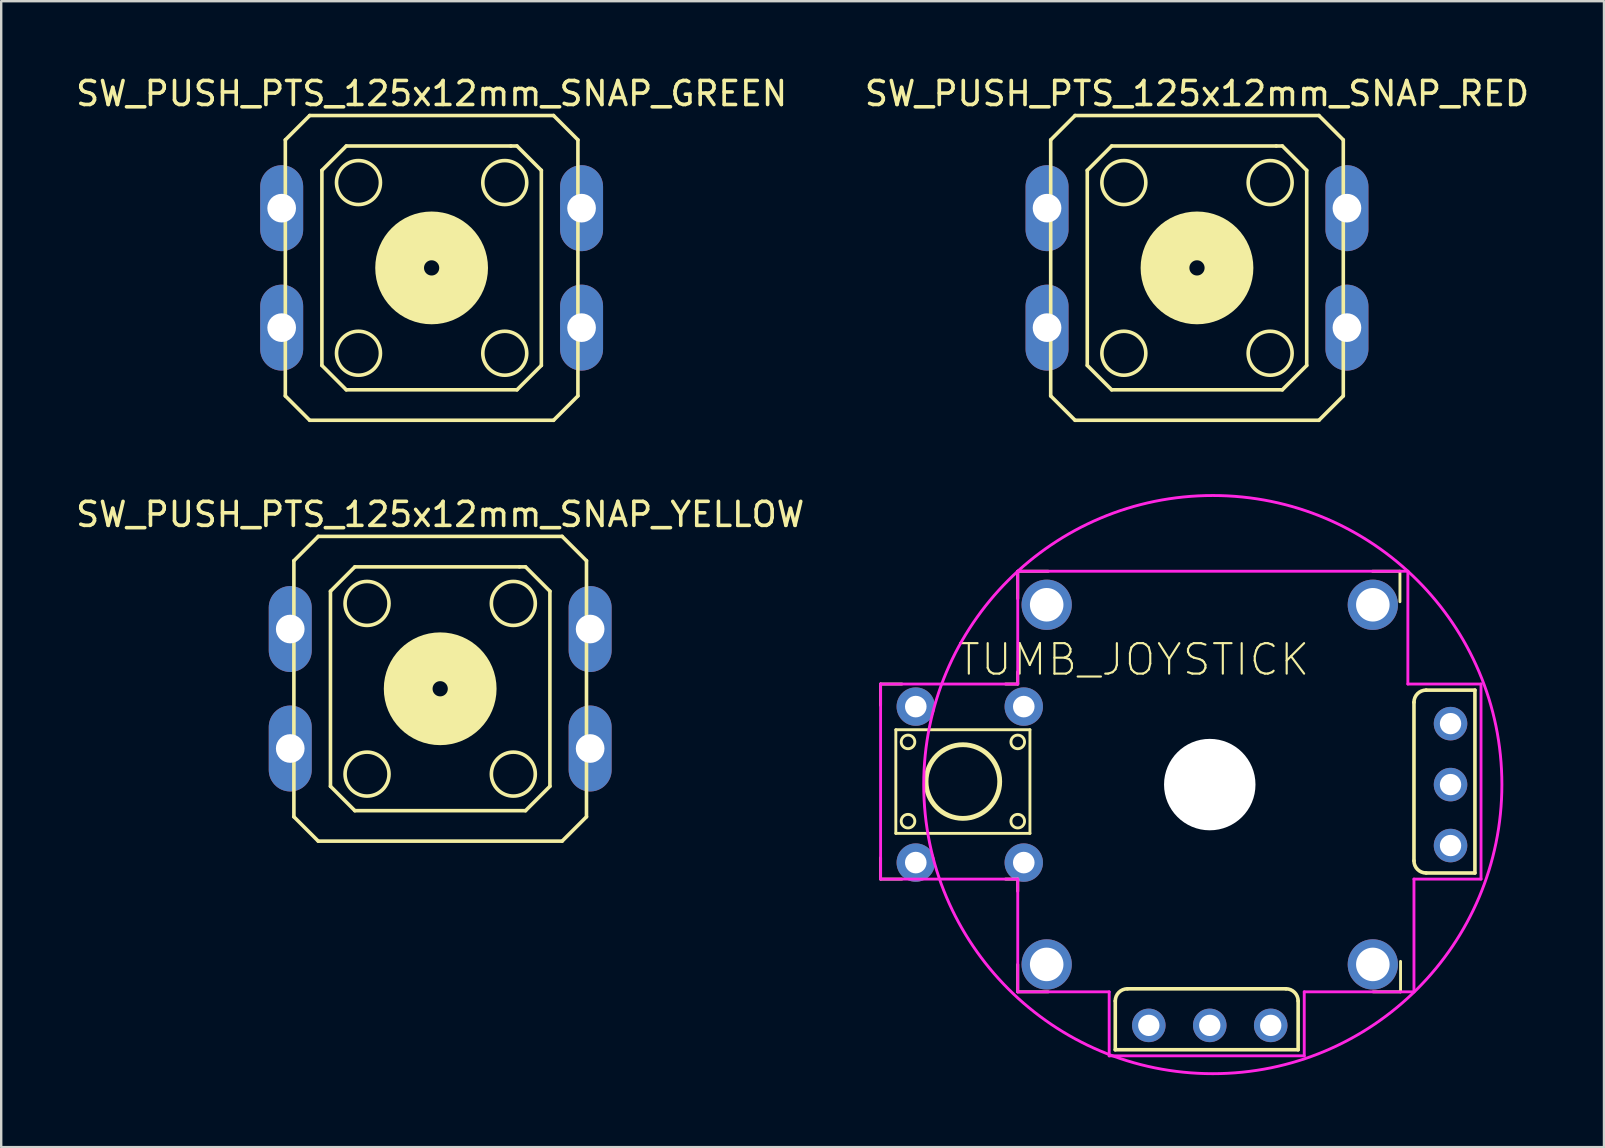
<source format=kicad_pcb>
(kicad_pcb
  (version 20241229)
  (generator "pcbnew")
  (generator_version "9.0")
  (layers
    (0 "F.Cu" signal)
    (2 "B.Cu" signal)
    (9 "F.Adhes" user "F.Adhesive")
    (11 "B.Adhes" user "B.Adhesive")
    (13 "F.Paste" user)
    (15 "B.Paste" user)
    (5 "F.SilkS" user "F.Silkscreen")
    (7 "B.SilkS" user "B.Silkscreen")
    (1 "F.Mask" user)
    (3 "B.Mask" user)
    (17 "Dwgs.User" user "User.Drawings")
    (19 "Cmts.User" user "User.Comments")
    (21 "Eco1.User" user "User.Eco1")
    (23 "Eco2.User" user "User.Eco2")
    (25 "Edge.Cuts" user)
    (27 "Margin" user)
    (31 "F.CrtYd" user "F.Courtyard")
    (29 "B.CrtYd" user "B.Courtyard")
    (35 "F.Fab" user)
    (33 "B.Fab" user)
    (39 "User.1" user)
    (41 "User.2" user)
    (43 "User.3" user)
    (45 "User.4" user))
  (footprint "TUMB_JOYSTICK"
    (layer "F.Cu")
    (at 47.359 29.643)
    (property "Reference" "TUMB_JOYSTICK" (at -3.175 -5.207 180) (layer "F.SilkS") (effects (font (size 1.27 1.27) (thickness 0.089))))
    (attr through_hole)
    (fp_line (start -13.716 -4.191) (end -12.827 -4.191) (stroke (width 0.12) (type solid)) (layer "F.SilkS"))
    (fp_line (start -13.716 -3.302) (end -13.716 -4.191) (stroke (width 0.12) (type solid)) (layer "F.SilkS"))
    (fp_line (start -13.716 3.937) (end -13.716 3.048) (stroke (width 0.12) (type solid)) (layer "F.SilkS"))
    (fp_line (start -13.081 -2.286) (end -13.081 2.032) (stroke (width 0.12) (type solid)) (layer "F.SilkS"))
    (fp_line (start -13.081 2.032) (end -7.493 2.032) (stroke (width 0.12) (type solid)) (layer "F.SilkS"))
    (fp_line (start -12.827 3.937) (end -13.716 3.937) (stroke (width 0.12) (type solid)) (layer "F.SilkS"))
    (fp_line (start -8.509 -4.191) (end -8.001 -4.191) (stroke (width 0.12) (type solid)) (layer "F.SilkS"))
    (fp_line (start -8.509 3.937) (end -8.001 3.937) (stroke (width 0.12) (type solid)) (layer "F.SilkS"))
    (fp_line (start -8.001 -8.89) (end -8.001 -7.747) (stroke (width 0.12) (type solid)) (layer "F.SilkS"))
    (fp_line (start -8.001 -8.89) (end -6.731 -8.89) (stroke (width 0.12) (type solid)) (layer "F.SilkS"))
    (fp_line (start -8.001 -4.191) (end -8.001 -4.699) (stroke (width 0.12) (type solid)) (layer "F.SilkS"))
    (fp_line (start -8.001 3.937) (end -8.001 4.445) (stroke (width 0.12) (type solid)) (layer "F.SilkS"))
    (fp_line (start -8.001 8.636) (end -8.001 7.493) (stroke (width 0.12) (type solid)) (layer "F.SilkS"))
    (fp_line (start -7.493 -2.286) (end -13.081 -2.286) (stroke (width 0.12) (type solid)) (layer "F.SilkS"))
    (fp_line (start -7.493 2.032) (end -7.493 -2.286) (stroke (width 0.12) (type solid)) (layer "F.SilkS"))
    (fp_line (start -6.731 8.636) (end -8.001 8.636) (stroke (width 0.12) (type solid)) (layer "F.SilkS"))
    (fp_line (start -3.937 11.049) (end -3.937 9.017) (stroke (width 0.15) (type solid)) (layer "F.SilkS"))
    (fp_line (start -3.937 11.049) (end 3.683 11.049) (stroke (width 0.15) (type solid)) (layer "F.SilkS"))
    (fp_line (start 3.175 8.509) (end -3.429 8.509) (stroke (width 0.15) (type solid)) (layer "F.SilkS"))
    (fp_line (start 3.683 11.049) (end 3.683 9.017) (stroke (width 0.15) (type solid)) (layer "F.SilkS"))
    (fp_line (start 6.782 -8.89) (end 7.925 -8.89) (stroke (width 0.12) (type solid)) (layer "F.SilkS"))
    (fp_line (start 6.807 8.636) (end 7.95 8.636) (stroke (width 0.12) (type solid)) (layer "F.SilkS"))
    (fp_line (start 7.925 -8.89) (end 7.925 -7.62) (stroke (width 0.12) (type solid)) (layer "F.SilkS"))
    (fp_line (start 7.95 8.636) (end 7.95 7.366) (stroke (width 0.12) (type solid)) (layer "F.SilkS"))
    (fp_line (start 8.509 -3.429) (end 8.509 3.175) (stroke (width 0.15) (type solid)) (layer "F.SilkS"))
    (fp_line (start 11.049 -3.937) (end 9.017 -3.937) (stroke (width 0.15) (type solid)) (layer "F.SilkS"))
    (fp_line (start 11.049 3.683) (end 9.017 3.683) (stroke (width 0.15) (type solid)) (layer "F.SilkS"))
    (fp_line (start 11.049 3.683) (end 11.049 -3.937) (stroke (width 0.15) (type solid)) (layer "F.SilkS"))
    (fp_arc (start -3.937 9.017) (mid -3.78821 8.65779) (end -3.429 8.509) (stroke (width 0.15) (type solid)) (layer "F.SilkS"))
    (fp_arc (start 3.175 8.509) (mid 3.53421 8.65779) (end 3.683 9.017) (stroke (width 0.15) (type solid)) (layer "F.SilkS"))
    (fp_arc (start 8.509 -3.429) (mid 8.65779 -3.78821) (end 9.017 -3.937) (stroke (width 0.15) (type solid)) (layer "F.SilkS"))
    (fp_arc (start 9.017 3.683) (mid 8.65779 3.53421) (end 8.509 3.175) (stroke (width 0.15) (type solid)) (layer "F.SilkS"))
    (fp_circle (center -12.573 -1.778) (end -12.319 -1.651) (stroke (width 0.12) (type solid)) (fill no) (layer "F.SilkS"))
    (fp_circle (center -12.573 1.524) (end -12.319 1.651) (stroke (width 0.12) (type solid)) (fill no) (layer "F.SilkS"))
    (fp_circle (center -10.287 -0.127) (end -8.752 -0.127) (stroke (width 0.2) (type solid)) (fill no) (layer "F.SilkS"))
    (fp_circle (center -8.001 -1.778) (end -7.747 -1.651) (stroke (width 0.12) (type solid)) (fill no) (layer "F.SilkS"))
    (fp_circle (center -8.001 1.524) (end -7.747 1.651) (stroke (width 0.12) (type solid)) (fill no) (layer "F.SilkS"))
    (fp_line (start -13.716 -4.191) (end -8.001 -4.191) (stroke (width 0.12) (type solid)) (layer "F.CrtYd"))
    (fp_line (start -13.716 3.937) (end -13.716 -4.191) (stroke (width 0.12) (type solid)) (layer "F.CrtYd"))
    (fp_line (start -8.001 -8.89) (end 8.255 -8.89) (stroke (width 0.12) (type solid)) (layer "F.CrtYd"))
    (fp_line (start -8.001 -4.191) (end -8.001 -8.89) (stroke (width 0.12) (type solid)) (layer "F.CrtYd"))
    (fp_line (start -8.001 3.937) (end -13.716 3.937) (stroke (width 0.12) (type solid)) (layer "F.CrtYd"))
    (fp_line (start -8.001 8.636) (end -8.001 3.937) (stroke (width 0.12) (type solid)) (layer "F.CrtYd"))
    (fp_line (start -4.191 8.636) (end -8.001 8.636) (stroke (width 0.12) (type solid)) (layer "F.CrtYd"))
    (fp_line (start -4.191 11.303) (end -4.191 8.636) (stroke (width 0.12) (type solid)) (layer "F.CrtYd"))
    (fp_line (start 3.937 8.636) (end 3.937 11.303) (stroke (width 0.12) (type solid)) (layer "F.CrtYd"))
    (fp_line (start 3.937 11.303) (end -4.191 11.303) (stroke (width 0.12) (type solid)) (layer "F.CrtYd"))
    (fp_line (start 8.255 -8.89) (end 8.255 -4.191) (stroke (width 0.12) (type solid)) (layer "F.CrtYd"))
    (fp_line (start 8.255 -4.191) (end 11.303 -4.191) (stroke (width 0.12) (type solid)) (layer "F.CrtYd"))
    (fp_line (start 8.509 3.937) (end 8.509 8.636) (stroke (width 0.12) (type solid)) (layer "F.CrtYd"))
    (fp_line (start 8.509 8.636) (end 3.937 8.636) (stroke (width 0.12) (type solid)) (layer "F.CrtYd"))
    (fp_line (start 11.303 -4.191) (end 11.303 3.937) (stroke (width 0.12) (type solid)) (layer "F.CrtYd"))
    (fp_line (start 11.303 3.937) (end 8.509 3.937) (stroke (width 0.12) (type solid)) (layer "F.CrtYd"))
    (fp_circle (center 0.127 0) (end -8.001 -8.89) (stroke (width 0.12) (type solid)) (fill no) (layer "F.CrtYd"))
    (pad "" np_thru_hole circle (at 0 0 90) (size 3.81 3.81) (drill 3.81) (layers "*.Cu" "*.Mask"))
    (pad "1" thru_hole circle (at -2.54 10.033 90) (size 1.397 1.397) (drill 0.889) (layers "*.Cu" "*.Mask"))
    (pad "2" thru_hole circle (at 0 10.033 90) (size 1.397 1.397) (drill 0.889) (layers "*.Cu" "*.Mask"))
    (pad "3" thru_hole circle (at 2.54 10.033 90) (size 1.397 1.397) (drill 0.889) (layers "*.Cu" "*.Mask"))
    (pad "4" thru_hole circle (at 10.033 2.54 90) (size 1.397 1.397) (drill 0.889) (layers "*.Cu" "*.Mask"))
    (pad "5" thru_hole circle (at 10.033 0 90) (size 1.397 1.397) (drill 0.889) (layers "*.Cu" "*.Mask"))
    (pad "6" thru_hole circle (at 10.033 -2.54 90) (size 1.397 1.397) (drill 0.889) (layers "*.Cu" "*.Mask"))
    (pad "7" thru_hole circle (at -12.25 3.25 90) (size 1.6 1.6) (drill 0.899) (layers "*.Cu" "*.Mask"))
    (pad "7" thru_hole circle (at -7.75 3.25 90) (size 1.6 1.6) (drill 0.899) (layers "*.Cu" "*.Mask"))
    (pad "8" thru_hole circle (at -12.25 -3.25 90) (size 1.6 1.6) (drill 0.899) (layers "*.Cu" "*.Mask"))
    (pad "8" thru_hole circle (at -7.75 -3.25 90) (size 1.6 1.6) (drill 0.899) (layers "*.Cu" "*.Mask"))
    (pad "9" thru_hole circle (at -6.795 -7.493 90) (size 2.095 2.095) (drill 1.397) (layers "*.Cu" "*.Mask"))
    (pad "9" thru_hole circle (at -6.795 7.493 90) (size 2.095 2.095) (drill 1.397) (layers "*.Cu" "*.Mask"))
    (pad "9" thru_hole circle (at 6.795 -7.493 90) (size 2.095 2.095) (drill 1.397) (layers "*.Cu" "*.Mask"))
    (pad "9" thru_hole circle (at 6.795 7.493 90) (size 2.095 2.095) (drill 1.397) (layers "*.Cu" "*.Mask")))
  (footprint "SW_PUSH_PTS_125x12mm_SNAP_RED"
    (layer "F.Cu")
    (at 46.827 8.113)
    (property "Reference" "SW_PUSH_PTS_125x12mm_SNAP_RED" (at 0 -7.264 0) (layer "F.SilkS") (effects (font (size 1 1) (thickness 0.15))))
    (attr through_hole)
    (fp_line (start -6.096 -5.334) (end -6.096 5.334) (stroke (width 0.15) (type solid)) (layer "F.SilkS"))
    (fp_line (start -6.096 -5.334) (end -5.08 -6.35) (stroke (width 0.15) (type solid)) (layer "F.SilkS"))
    (fp_line (start -5.08 -6.35) (end 5.08 -6.35) (stroke (width 0.15) (type solid)) (layer "F.SilkS"))
    (fp_line (start -5.08 6.35) (end -6.096 5.334) (stroke (width 0.15) (type solid)) (layer "F.SilkS"))
    (fp_line (start -5.08 6.35) (end 5.08 6.35) (stroke (width 0.15) (type solid)) (layer "F.SilkS"))
    (fp_line (start -4.572 -4.064) (end -4.572 4.064) (stroke (width 0.15) (type solid)) (layer "F.SilkS"))
    (fp_line (start -4.572 -4.064) (end -3.556 -5.08) (stroke (width 0.15) (type solid)) (layer "F.SilkS"))
    (fp_line (start -4.572 4.064) (end -3.556 5.08) (stroke (width 0.15) (type solid)) (layer "F.SilkS"))
    (fp_line (start -3.556 -5.08) (end 3.302 -5.08) (stroke (width 0.15) (type solid)) (layer "F.SilkS"))
    (fp_line (start 3.302 -5.08) (end 3.556 -5.08) (stroke (width 0.15) (type solid)) (layer "F.SilkS"))
    (fp_line (start 3.556 -5.08) (end 4.572 -4.064) (stroke (width 0.15) (type solid)) (layer "F.SilkS"))
    (fp_line (start 3.556 5.08) (end -3.556 5.08) (stroke (width 0.15) (type solid)) (layer "F.SilkS"))
    (fp_line (start 4.572 4.064) (end 3.556 5.08) (stroke (width 0.15) (type solid)) (layer "F.SilkS"))
    (fp_line (start 4.572 4.064) (end 4.572 -4.064) (stroke (width 0.15) (type solid)) (layer "F.SilkS"))
    (fp_line (start 5.08 6.35) (end 6.096 5.334) (stroke (width 0.15) (type solid)) (layer "F.SilkS"))
    (fp_line (start 6.096 -5.334) (end 5.08 -6.35) (stroke (width 0.15) (type solid)) (layer "F.SilkS"))
    (fp_line (start 6.096 5.334) (end 6.096 -5.334) (stroke (width 0.15) (type solid)) (layer "F.SilkS"))
    (fp_circle (center -3.048 -3.556) (end -2.54 -2.794) (stroke (width 0.15) (type solid)) (fill no) (layer "F.SilkS"))
    (fp_circle (center -3.048 3.556) (end -2.286 3.048) (stroke (width 0.15) (type solid)) (fill no) (layer "F.SilkS"))
    (fp_circle (center 0 0) (end 1.333 0) (stroke (width 2.032) (type solid)) (fill no) (layer "F.SilkS"))
    (fp_circle (center 3.048 -3.556) (end 2.286 -3.048) (stroke (width 0.15) (type solid)) (fill no) (layer "F.SilkS"))
    (fp_circle (center 3.048 3.556) (end 2.286 3.048) (stroke (width 0.15) (type solid)) (fill no) (layer "F.SilkS"))
    (pad "1" thru_hole oval (at -6.248 -2.489) (size 1.791 3.581) (drill 1.194) (layers "*.Cu" "*.Mask"))
    (pad "2" thru_hole oval (at 6.248 -2.489) (size 1.791 3.581) (drill 1.194) (layers "*.Cu" "*.Mask"))
    (pad "3" thru_hole oval (at -6.248 2.489) (size 1.791 3.581) (drill 1.194) (layers "*.Cu" "*.Mask"))
    (pad "4" thru_hole oval (at 6.248 2.489) (size 1.791 3.581) (drill 1.194) (layers "*.Cu" "*.Mask")))
  (footprint "SW_PUSH_PTS_125x12mm_SNAP_YELLOW"
    (layer "F.Cu")
    (at 15.292 25.65)
    (property "Reference" "SW_PUSH_PTS_125x12mm_SNAP_YELLOW" (at 0 -7.264 0) (layer "F.SilkS") (effects (font (size 1 1) (thickness 0.15))))
    (attr through_hole)
    (fp_line (start -6.096 -5.334) (end -6.096 5.334) (stroke (width 0.15) (type solid)) (layer "F.SilkS"))
    (fp_line (start -6.096 -5.334) (end -5.08 -6.35) (stroke (width 0.15) (type solid)) (layer "F.SilkS"))
    (fp_line (start -5.08 -6.35) (end 5.08 -6.35) (stroke (width 0.15) (type solid)) (layer "F.SilkS"))
    (fp_line (start -5.08 6.35) (end -6.096 5.334) (stroke (width 0.15) (type solid)) (layer "F.SilkS"))
    (fp_line (start -5.08 6.35) (end 5.08 6.35) (stroke (width 0.15) (type solid)) (layer "F.SilkS"))
    (fp_line (start -4.572 -4.064) (end -4.572 4.064) (stroke (width 0.15) (type solid)) (layer "F.SilkS"))
    (fp_line (start -4.572 -4.064) (end -3.556 -5.08) (stroke (width 0.15) (type solid)) (layer "F.SilkS"))
    (fp_line (start -4.572 4.064) (end -3.556 5.08) (stroke (width 0.15) (type solid)) (layer "F.SilkS"))
    (fp_line (start -3.556 -5.08) (end 3.302 -5.08) (stroke (width 0.15) (type solid)) (layer "F.SilkS"))
    (fp_line (start 3.302 -5.08) (end 3.556 -5.08) (stroke (width 0.15) (type solid)) (layer "F.SilkS"))
    (fp_line (start 3.556 -5.08) (end 4.572 -4.064) (stroke (width 0.15) (type solid)) (layer "F.SilkS"))
    (fp_line (start 3.556 5.08) (end -3.556 5.08) (stroke (width 0.15) (type solid)) (layer "F.SilkS"))
    (fp_line (start 4.572 4.064) (end 3.556 5.08) (stroke (width 0.15) (type solid)) (layer "F.SilkS"))
    (fp_line (start 4.572 4.064) (end 4.572 -4.064) (stroke (width 0.15) (type solid)) (layer "F.SilkS"))
    (fp_line (start 5.08 6.35) (end 6.096 5.334) (stroke (width 0.15) (type solid)) (layer "F.SilkS"))
    (fp_line (start 6.096 -5.334) (end 5.08 -6.35) (stroke (width 0.15) (type solid)) (layer "F.SilkS"))
    (fp_line (start 6.096 5.334) (end 6.096 -5.334) (stroke (width 0.15) (type solid)) (layer "F.SilkS"))
    (fp_circle (center -3.048 -3.556) (end -2.54 -2.794) (stroke (width 0.15) (type solid)) (fill no) (layer "F.SilkS"))
    (fp_circle (center -3.048 3.556) (end -2.286 3.048) (stroke (width 0.15) (type solid)) (fill no) (layer "F.SilkS"))
    (fp_circle (center 0 0) (end 1.333 0) (stroke (width 2.032) (type solid)) (fill no) (layer "F.SilkS"))
    (fp_circle (center 3.048 -3.556) (end 2.286 -3.048) (stroke (width 0.15) (type solid)) (fill no) (layer "F.SilkS"))
    (fp_circle (center 3.048 3.556) (end 2.286 3.048) (stroke (width 0.15) (type solid)) (fill no) (layer "F.SilkS"))
    (pad "1" thru_hole oval (at -6.248 -2.489) (size 1.791 3.581) (drill 1.194) (layers "*.Cu" "*.Mask"))
    (pad "2" thru_hole oval (at 6.248 -2.489) (size 1.791 3.581) (drill 1.194) (layers "*.Cu" "*.Mask"))
    (pad "3" thru_hole oval (at -6.248 2.489) (size 1.791 3.581) (drill 1.194) (layers "*.Cu" "*.Mask"))
    (pad "4" thru_hole oval (at 6.248 2.489) (size 1.791 3.581) (drill 1.194) (layers "*.Cu" "*.Mask")))
  (footprint "SW_PUSH_PTS_125x12mm_SNAP_GREEN"
    (layer "F.Cu")
    (at 14.935 8.113)
    (property "Reference" "SW_PUSH_PTS_125x12mm_SNAP_GREEN" (at 0 -7.264 0) (layer "F.SilkS") (effects (font (size 1 1) (thickness 0.15))))
    (attr through_hole)
    (fp_line (start -6.096 -5.334) (end -6.096 5.334) (stroke (width 0.15) (type solid)) (layer "F.SilkS"))
    (fp_line (start -6.096 -5.334) (end -5.08 -6.35) (stroke (width 0.15) (type solid)) (layer "F.SilkS"))
    (fp_line (start -5.08 -6.35) (end 5.08 -6.35) (stroke (width 0.15) (type solid)) (layer "F.SilkS"))
    (fp_line (start -5.08 6.35) (end -6.096 5.334) (stroke (width 0.15) (type solid)) (layer "F.SilkS"))
    (fp_line (start -5.08 6.35) (end 5.08 6.35) (stroke (width 0.15) (type solid)) (layer "F.SilkS"))
    (fp_line (start -4.572 -4.064) (end -4.572 4.064) (stroke (width 0.15) (type solid)) (layer "F.SilkS"))
    (fp_line (start -4.572 -4.064) (end -3.556 -5.08) (stroke (width 0.15) (type solid)) (layer "F.SilkS"))
    (fp_line (start -4.572 4.064) (end -3.556 5.08) (stroke (width 0.15) (type solid)) (layer "F.SilkS"))
    (fp_line (start -3.556 -5.08) (end 3.302 -5.08) (stroke (width 0.15) (type solid)) (layer "F.SilkS"))
    (fp_line (start 3.302 -5.08) (end 3.556 -5.08) (stroke (width 0.15) (type solid)) (layer "F.SilkS"))
    (fp_line (start 3.556 -5.08) (end 4.572 -4.064) (stroke (width 0.15) (type solid)) (layer "F.SilkS"))
    (fp_line (start 3.556 5.08) (end -3.556 5.08) (stroke (width 0.15) (type solid)) (layer "F.SilkS"))
    (fp_line (start 4.572 4.064) (end 3.556 5.08) (stroke (width 0.15) (type solid)) (layer "F.SilkS"))
    (fp_line (start 4.572 4.064) (end 4.572 -4.064) (stroke (width 0.15) (type solid)) (layer "F.SilkS"))
    (fp_line (start 5.08 6.35) (end 6.096 5.334) (stroke (width 0.15) (type solid)) (layer "F.SilkS"))
    (fp_line (start 6.096 -5.334) (end 5.08 -6.35) (stroke (width 0.15) (type solid)) (layer "F.SilkS"))
    (fp_line (start 6.096 5.334) (end 6.096 -5.334) (stroke (width 0.15) (type solid)) (layer "F.SilkS"))
    (fp_circle (center -3.048 -3.556) (end -2.54 -2.794) (stroke (width 0.15) (type solid)) (fill no) (layer "F.SilkS"))
    (fp_circle (center -3.048 3.556) (end -2.286 3.048) (stroke (width 0.15) (type solid)) (fill no) (layer "F.SilkS"))
    (fp_circle (center 0 0) (end 1.333 0) (stroke (width 2.032) (type solid)) (fill no) (layer "F.SilkS"))
    (fp_circle (center 3.048 -3.556) (end 2.286 -3.048) (stroke (width 0.15) (type solid)) (fill no) (layer "F.SilkS"))
    (fp_circle (center 3.048 3.556) (end 2.286 3.048) (stroke (width 0.15) (type solid)) (fill no) (layer "F.SilkS"))
    (pad "1" thru_hole oval (at -6.248 -2.489) (size 1.791 3.581) (drill 1.194) (layers "*.Cu" "*.Mask"))
    (pad "2" thru_hole oval (at 6.248 -2.489) (size 1.791 3.581) (drill 1.194) (layers "*.Cu" "*.Mask"))
    (pad "3" thru_hole oval (at -6.248 2.489) (size 1.791 3.581) (drill 1.194) (layers "*.Cu" "*.Mask"))
    (pad "4" thru_hole oval (at 6.248 2.489) (size 1.791 3.581) (drill 1.194) (layers "*.Cu" "*.Mask")))
  (gr_rect
    (start -3 -3)
    (end 63.786 44.749)
    (stroke (width 0.1) (type default))
    (fill no)
    (layer "Edge.Cuts")))
</source>
